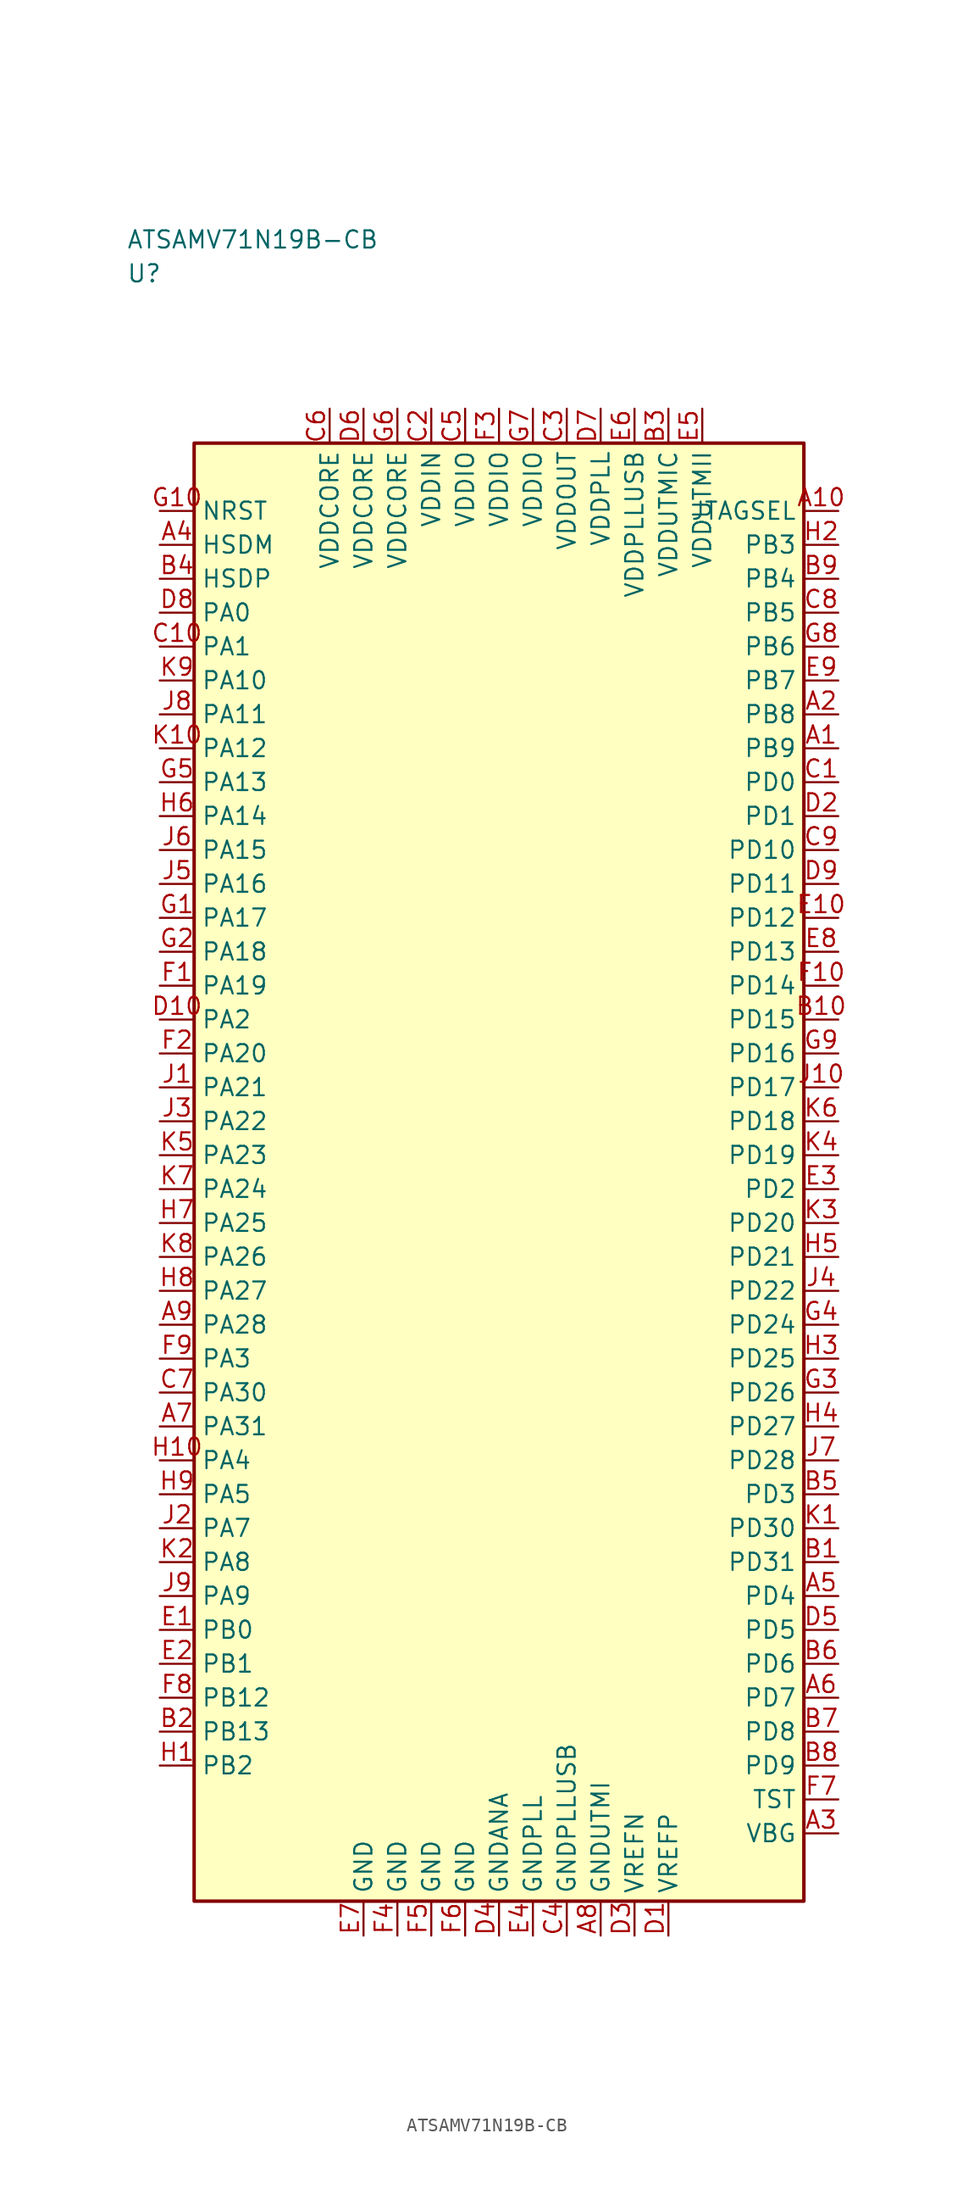
<source format=kicad_sym>
(kicad_symbol_lib
  (version 20241025)
  (generator "kicad_symbol_editor")
  (generator_version "8.0")
  (symbol "ATSAMV71N19B-CB"
    (property "Reference" "U"
      (at -27.5 66.25 0)
      (effects (font (size 1.27 1.27)) (justify left)))
    (property "Value" "ATSAMV71N19B-CB"
      (at -27.5 68.75 0)
      (effects (font (size 1.27 1.27)) (justify left)))
    (symbol "ATSAMV71N19B-CB_0_1"
      (rectangle (start -22.5 53.75) (end 22.5 -53.75) (stroke (width 0.254) (type default)) (fill (type background))))
    (symbol "ATSAMV71N19B-CB_1_1"
      (pin bidirectional line (at -25.04 41.25 0.0) (length 2.54) (name "PA0" (effects (font (size 1.27 1.27)))) (number "D8" (effects (font (size 1.27 1.27)))))
      (pin bidirectional line (at -25.04 38.75 0.0) (length 2.54) (name "PA1" (effects (font (size 1.27 1.27)))) (number "C10" (effects (font (size 1.27 1.27)))))
      (pin bidirectional line (at -25.04 11.25 0.0) (length 2.54) (name "PA2" (effects (font (size 1.27 1.27)))) (number "D10" (effects (font (size 1.27 1.27)))))
      (pin bidirectional line (at -25.04 -13.75 0.0) (length 2.54) (name "PA3" (effects (font (size 1.27 1.27)))) (number "F9" (effects (font (size 1.27 1.27)))))
      (pin bidirectional line (at -25.04 -21.25 0.0) (length 2.54) (name "PA4" (effects (font (size 1.27 1.27)))) (number "H10" (effects (font (size 1.27 1.27)))))
      (pin bidirectional line (at -25.04 -23.75 0.0) (length 2.54) (name "PA5" (effects (font (size 1.27 1.27)))) (number "H9" (effects (font (size 1.27 1.27)))))
      (pin bidirectional line (at -25.04 -26.25 0.0) (length 2.54) (name "PA7" (effects (font (size 1.27 1.27)))) (number "J2" (effects (font (size 1.27 1.27)))))
      (pin bidirectional line (at -25.04 -28.75 0.0) (length 2.54) (name "PA8" (effects (font (size 1.27 1.27)))) (number "K2" (effects (font (size 1.27 1.27)))))
      (pin bidirectional line (at -25.04 -31.25 0.0) (length 2.54) (name "PA9" (effects (font (size 1.27 1.27)))) (number "J9" (effects (font (size 1.27 1.27)))))
      (pin bidirectional line (at -25.04 36.25 0.0) (length 2.54) (name "PA10" (effects (font (size 1.27 1.27)))) (number "K9" (effects (font (size 1.27 1.27)))))
      (pin bidirectional line (at -25.04 33.75 0.0) (length 2.54) (name "PA11" (effects (font (size 1.27 1.27)))) (number "J8" (effects (font (size 1.27 1.27)))))
      (pin bidirectional line (at -25.04 31.25 0.0) (length 2.54) (name "PA12" (effects (font (size 1.27 1.27)))) (number "K10" (effects (font (size 1.27 1.27)))))
      (pin bidirectional line (at -25.04 28.75 0.0) (length 2.54) (name "PA13" (effects (font (size 1.27 1.27)))) (number "G5" (effects (font (size 1.27 1.27)))))
      (pin bidirectional line (at -25.04 26.25 0.0) (length 2.54) (name "PA14" (effects (font (size 1.27 1.27)))) (number "H6" (effects (font (size 1.27 1.27)))))
      (pin bidirectional line (at -25.04 23.75 0.0) (length 2.54) (name "PA15" (effects (font (size 1.27 1.27)))) (number "J6" (effects (font (size 1.27 1.27)))))
      (pin bidirectional line (at -25.04 21.25 0.0) (length 2.54) (name "PA16" (effects (font (size 1.27 1.27)))) (number "J5" (effects (font (size 1.27 1.27)))))
      (pin bidirectional line (at -25.04 18.75 0.0) (length 2.54) (name "PA17" (effects (font (size 1.27 1.27)))) (number "G1" (effects (font (size 1.27 1.27)))))
      (pin bidirectional line (at -25.04 16.25 0.0) (length 2.54) (name "PA18" (effects (font (size 1.27 1.27)))) (number "G2" (effects (font (size 1.27 1.27)))))
      (pin bidirectional line (at -25.04 13.75 0.0) (length 2.54) (name "PA19" (effects (font (size 1.27 1.27)))) (number "F1" (effects (font (size 1.27 1.27)))))
      (pin bidirectional line (at -25.04 8.75 0.0) (length 2.54) (name "PA20" (effects (font (size 1.27 1.27)))) (number "F2" (effects (font (size 1.27 1.27)))))
      (pin bidirectional line (at -25.04 6.25 0.0) (length 2.54) (name "PA21" (effects (font (size 1.27 1.27)))) (number "J1" (effects (font (size 1.27 1.27)))))
      (pin bidirectional line (at -25.04 3.75 0.0) (length 2.54) (name "PA22" (effects (font (size 1.27 1.27)))) (number "J3" (effects (font (size 1.27 1.27)))))
      (pin bidirectional line (at -25.04 1.25 0.0) (length 2.54) (name "PA23" (effects (font (size 1.27 1.27)))) (number "K5" (effects (font (size 1.27 1.27)))))
      (pin bidirectional line (at -25.04 -1.25 0.0) (length 2.54) (name "PA24" (effects (font (size 1.27 1.27)))) (number "K7" (effects (font (size 1.27 1.27)))))
      (pin bidirectional line (at -25.04 -3.75 0.0) (length 2.54) (name "PA25" (effects (font (size 1.27 1.27)))) (number "H7" (effects (font (size 1.27 1.27)))))
      (pin bidirectional line (at -25.04 -6.25 0.0) (length 2.54) (name "PA26" (effects (font (size 1.27 1.27)))) (number "K8" (effects (font (size 1.27 1.27)))))
      (pin bidirectional line (at -25.04 -8.75 0.0) (length 2.54) (name "PA27" (effects (font (size 1.27 1.27)))) (number "H8" (effects (font (size 1.27 1.27)))))
      (pin bidirectional line (at -25.04 -11.25 0.0) (length 2.54) (name "PA28" (effects (font (size 1.27 1.27)))) (number "A9" (effects (font (size 1.27 1.27)))))
      (pin bidirectional line (at -25.04 -16.25 0.0) (length 2.54) (name "PA30" (effects (font (size 1.27 1.27)))) (number "C7" (effects (font (size 1.27 1.27)))))
      (pin bidirectional line (at -25.04 -18.75 0.0) (length 2.54) (name "PA31" (effects (font (size 1.27 1.27)))) (number "A7" (effects (font (size 1.27 1.27)))))
      (pin bidirectional line (at -25.04 -33.75 0.0) (length 2.54) (name "PB0" (effects (font (size 1.27 1.27)))) (number "E1" (effects (font (size 1.27 1.27)))))
      (pin bidirectional line (at -25.04 -36.25 0.0) (length 2.54) (name "PB1" (effects (font (size 1.27 1.27)))) (number "E2" (effects (font (size 1.27 1.27)))))
      (pin bidirectional line (at -25.04 -43.75 0.0) (length 2.54) (name "PB2" (effects (font (size 1.27 1.27)))) (number "H1" (effects (font (size 1.27 1.27)))))
      (pin bidirectional line (at 25.04 46.25 180.0) (length 2.54) (name "PB3" (effects (font (size 1.27 1.27)))) (number "H2" (effects (font (size 1.27 1.27)))))
      (pin bidirectional line (at 25.04 43.75 180.0) (length 2.54) (name "PB4" (effects (font (size 1.27 1.27)))) (number "B9" (effects (font (size 1.27 1.27)))))
      (pin bidirectional line (at 25.04 41.25 180.0) (length 2.54) (name "PB5" (effects (font (size 1.27 1.27)))) (number "C8" (effects (font (size 1.27 1.27)))))
      (pin bidirectional line (at 25.04 38.75 180.0) (length 2.54) (name "PB6" (effects (font (size 1.27 1.27)))) (number "G8" (effects (font (size 1.27 1.27)))))
      (pin bidirectional line (at 25.04 36.25 180.0) (length 2.54) (name "PB7" (effects (font (size 1.27 1.27)))) (number "E9" (effects (font (size 1.27 1.27)))))
      (pin bidirectional line (at 25.04 33.75 180.0) (length 2.54) (name "PB8" (effects (font (size 1.27 1.27)))) (number "A2" (effects (font (size 1.27 1.27)))))
      (pin bidirectional line (at 25.04 31.25 180.0) (length 2.54) (name "PB9" (effects (font (size 1.27 1.27)))) (number "A1" (effects (font (size 1.27 1.27)))))
      (pin bidirectional line (at -25.04 -38.75 0.0) (length 2.54) (name "PB12" (effects (font (size 1.27 1.27)))) (number "F8" (effects (font (size 1.27 1.27)))))
      (pin bidirectional line (at -25.04 -41.25 0.0) (length 2.54) (name "PB13" (effects (font (size 1.27 1.27)))) (number "B2" (effects (font (size 1.27 1.27)))))
      (pin bidirectional line (at 25.04 28.75 180.0) (length 2.54) (name "PD0" (effects (font (size 1.27 1.27)))) (number "C1" (effects (font (size 1.27 1.27)))))
      (pin bidirectional line (at 25.04 26.25 180.0) (length 2.54) (name "PD1" (effects (font (size 1.27 1.27)))) (number "D2" (effects (font (size 1.27 1.27)))))
      (pin bidirectional line (at 25.04 -1.25 180.0) (length 2.54) (name "PD2" (effects (font (size 1.27 1.27)))) (number "E3" (effects (font (size 1.27 1.27)))))
      (pin bidirectional line (at 25.04 -23.75 180.0) (length 2.54) (name "PD3" (effects (font (size 1.27 1.27)))) (number "B5" (effects (font (size 1.27 1.27)))))
      (pin bidirectional line (at 25.04 -31.25 180.0) (length 2.54) (name "PD4" (effects (font (size 1.27 1.27)))) (number "A5" (effects (font (size 1.27 1.27)))))
      (pin bidirectional line (at 25.04 -33.75 180.0) (length 2.54) (name "PD5" (effects (font (size 1.27 1.27)))) (number "D5" (effects (font (size 1.27 1.27)))))
      (pin bidirectional line (at 25.04 -36.25 180.0) (length 2.54) (name "PD6" (effects (font (size 1.27 1.27)))) (number "B6" (effects (font (size 1.27 1.27)))))
      (pin bidirectional line (at 25.04 -38.75 180.0) (length 2.54) (name "PD7" (effects (font (size 1.27 1.27)))) (number "A6" (effects (font (size 1.27 1.27)))))
      (pin bidirectional line (at 25.04 -41.25 180.0) (length 2.54) (name "PD8" (effects (font (size 1.27 1.27)))) (number "B7" (effects (font (size 1.27 1.27)))))
      (pin bidirectional line (at 25.04 -43.75 180.0) (length 2.54) (name "PD9" (effects (font (size 1.27 1.27)))) (number "B8" (effects (font (size 1.27 1.27)))))
      (pin bidirectional line (at 25.04 23.75 180.0) (length 2.54) (name "PD10" (effects (font (size 1.27 1.27)))) (number "C9" (effects (font (size 1.27 1.27)))))
      (pin bidirectional line (at 25.04 21.25 180.0) (length 2.54) (name "PD11" (effects (font (size 1.27 1.27)))) (number "D9" (effects (font (size 1.27 1.27)))))
      (pin bidirectional line (at 25.04 18.75 180.0) (length 2.54) (name "PD12" (effects (font (size 1.27 1.27)))) (number "E10" (effects (font (size 1.27 1.27)))))
      (pin bidirectional line (at 25.04 16.25 180.0) (length 2.54) (name "PD13" (effects (font (size 1.27 1.27)))) (number "E8" (effects (font (size 1.27 1.27)))))
      (pin bidirectional line (at 25.04 13.75 180.0) (length 2.54) (name "PD14" (effects (font (size 1.27 1.27)))) (number "F10" (effects (font (size 1.27 1.27)))))
      (pin bidirectional line (at 25.04 11.25 180.0) (length 2.54) (name "PD15" (effects (font (size 1.27 1.27)))) (number "B10" (effects (font (size 1.27 1.27)))))
      (pin bidirectional line (at 25.04 8.75 180.0) (length 2.54) (name "PD16" (effects (font (size 1.27 1.27)))) (number "G9" (effects (font (size 1.27 1.27)))))
      (pin bidirectional line (at 25.04 6.25 180.0) (length 2.54) (name "PD17" (effects (font (size 1.27 1.27)))) (number "J10" (effects (font (size 1.27 1.27)))))
      (pin bidirectional line (at 25.04 3.75 180.0) (length 2.54) (name "PD18" (effects (font (size 1.27 1.27)))) (number "K6" (effects (font (size 1.27 1.27)))))
      (pin bidirectional line (at 25.04 1.25 180.0) (length 2.54) (name "PD19" (effects (font (size 1.27 1.27)))) (number "K4" (effects (font (size 1.27 1.27)))))
      (pin bidirectional line (at 25.04 -3.75 180.0) (length 2.54) (name "PD20" (effects (font (size 1.27 1.27)))) (number "K3" (effects (font (size 1.27 1.27)))))
      (pin bidirectional line (at 25.04 -6.25 180.0) (length 2.54) (name "PD21" (effects (font (size 1.27 1.27)))) (number "H5" (effects (font (size 1.27 1.27)))))
      (pin bidirectional line (at 25.04 -8.75 180.0) (length 2.54) (name "PD22" (effects (font (size 1.27 1.27)))) (number "J4" (effects (font (size 1.27 1.27)))))
      (pin bidirectional line (at 25.04 -11.25 180.0) (length 2.54) (name "PD24" (effects (font (size 1.27 1.27)))) (number "G4" (effects (font (size 1.27 1.27)))))
      (pin bidirectional line (at 25.04 -13.75 180.0) (length 2.54) (name "PD25" (effects (font (size 1.27 1.27)))) (number "H3" (effects (font (size 1.27 1.27)))))
      (pin bidirectional line (at 25.04 -16.25 180.0) (length 2.54) (name "PD26" (effects (font (size 1.27 1.27)))) (number "G3" (effects (font (size 1.27 1.27)))))
      (pin bidirectional line (at 25.04 -18.75 180.0) (length 2.54) (name "PD27" (effects (font (size 1.27 1.27)))) (number "H4" (effects (font (size 1.27 1.27)))))
      (pin bidirectional line (at 25.04 -21.25 180.0) (length 2.54) (name "PD28" (effects (font (size 1.27 1.27)))) (number "J7" (effects (font (size 1.27 1.27)))))
      (pin bidirectional line (at 25.04 -26.25 180.0) (length 2.54) (name "PD30" (effects (font (size 1.27 1.27)))) (number "K1" (effects (font (size 1.27 1.27)))))
      (pin bidirectional line (at 25.04 -28.75 180.0) (length 2.54) (name "PD31" (effects (font (size 1.27 1.27)))) (number "B1" (effects (font (size 1.27 1.27)))))
      (pin power_in line (at 5.0 56.29 270.0) (length 2.54) (name "VDDOUT" (effects (font (size 1.27 1.27)))) (number "C3" (effects (font (size 1.27 1.27)))))
      (pin power_in line (at -5.0 56.29 270.0) (length 2.54) (name "VDDIN" (effects (font (size 1.27 1.27)))) (number "C2" (effects (font (size 1.27 1.27)))))
      (pin passive line (at 10.0 -56.29 90.0) (length 2.54) (name "VREFN" (effects (font (size 1.27 1.27)))) (number "D3" (effects (font (size 1.27 1.27)))))
      (pin passive line (at 12.5 -56.29 90.0) (length 2.54) (name "VREFP" (effects (font (size 1.27 1.27)))) (number "D1" (effects (font (size 1.27 1.27)))))
      (pin input line (at -25.04 48.75 0.0) (length 2.54) (name "NRST" (effects (font (size 1.27 1.27)))) (number "G10" (effects (font (size 1.27 1.27)))))
      (pin bidirectional line (at 25.04 -46.25 180.0) (length 2.54) (name "TST" (effects (font (size 1.27 1.27)))) (number "F7" (effects (font (size 1.27 1.27)))))
      (pin power_in line (at -2.5 56.29 270.0) (length 2.54) (name "VDDIO" (effects (font (size 1.27 1.27)))) (number "C5" (effects (font (size 1.27 1.27)))))
      (pin power_in line (at 0.0 56.29 270.0) (length 2.54) (name "VDDIO" (effects (font (size 1.27 1.27)))) (number "F3" (effects (font (size 1.27 1.27)))))
      (pin power_in line (at 2.5 56.29 270.0) (length 2.54) (name "VDDIO" (effects (font (size 1.27 1.27)))) (number "G7" (effects (font (size 1.27 1.27)))))
      (pin output line (at 25.04 48.75 180.0) (length 2.54) (name "JTAGSEL" (effects (font (size 1.27 1.27)))) (number "A10" (effects (font (size 1.27 1.27)))))
      (pin power_in line (at -12.5 56.29 270.0) (length 2.54) (name "VDDCORE" (effects (font (size 1.27 1.27)))) (number "C6" (effects (font (size 1.27 1.27)))))
      (pin power_in line (at -10.0 56.29 270.0) (length 2.54) (name "VDDCORE" (effects (font (size 1.27 1.27)))) (number "D6" (effects (font (size 1.27 1.27)))))
      (pin power_in line (at -7.5 56.29 270.0) (length 2.54) (name "VDDCORE" (effects (font (size 1.27 1.27)))) (number "G6" (effects (font (size 1.27 1.27)))))
      (pin power_in line (at 7.5 56.29 270.0) (length 2.54) (name "VDDPLL" (effects (font (size 1.27 1.27)))) (number "D7" (effects (font (size 1.27 1.27)))))
      (pin power_in line (at 15.0 56.29 270.0) (length 2.54) (name "VDDUTMII" (effects (font (size 1.27 1.27)))) (number "E5" (effects (font (size 1.27 1.27)))))
      (pin bidirectional line (at -25.04 46.25 0.0) (length 2.54) (name "HSDM" (effects (font (size 1.27 1.27)))) (number "A4" (effects (font (size 1.27 1.27)))))
      (pin bidirectional line (at -25.04 43.75 0.0) (length 2.54) (name "HSDP" (effects (font (size 1.27 1.27)))) (number "B4" (effects (font (size 1.27 1.27)))))
      (pin passive line (at -10.0 -56.29 90.0) (length 2.54) (name "GND" (effects (font (size 1.27 1.27)))) (number "E7" (effects (font (size 1.27 1.27)))))
      (pin passive line (at -7.5 -56.29 90.0) (length 2.54) (name "GND" (effects (font (size 1.27 1.27)))) (number "F4" (effects (font (size 1.27 1.27)))))
      (pin passive line (at -5.0 -56.29 90.0) (length 2.54) (name "GND" (effects (font (size 1.27 1.27)))) (number "F5" (effects (font (size 1.27 1.27)))))
      (pin passive line (at -2.5 -56.29 90.0) (length 2.54) (name "GND" (effects (font (size 1.27 1.27)))) (number "F6" (effects (font (size 1.27 1.27)))))
      (pin passive line (at 0.0 -56.29 90.0) (length 2.54) (name "GNDANA" (effects (font (size 1.27 1.27)))) (number "D4" (effects (font (size 1.27 1.27)))))
      (pin passive line (at 7.5 -56.29 90.0) (length 2.54) (name "GNDUTMI" (effects (font (size 1.27 1.27)))) (number "A8" (effects (font (size 1.27 1.27)))))
      (pin passive line (at 5.0 -56.29 90.0) (length 2.54) (name "GNDPLLUSB" (effects (font (size 1.27 1.27)))) (number "C4" (effects (font (size 1.27 1.27)))))
      (pin passive line (at 2.5 -56.29 90.0) (length 2.54) (name "GNDPLL" (effects (font (size 1.27 1.27)))) (number "E4" (effects (font (size 1.27 1.27)))))
      (pin power_in line (at 12.5 56.29 270.0) (length 2.54) (name "VDDUTMIC" (effects (font (size 1.27 1.27)))) (number "B3" (effects (font (size 1.27 1.27)))))
      (pin bidirectional line (at 25.04 -48.75 180.0) (length 2.54) (name "VBG" (effects (font (size 1.27 1.27)))) (number "A3" (effects (font (size 1.27 1.27)))))
      (pin power_in line (at 10.0 56.29 270.0) (length 2.54) (name "VDDPLLUSB" (effects (font (size 1.27 1.27)))) (number "E6" (effects (font (size 1.27 1.27))))))))
</source>
